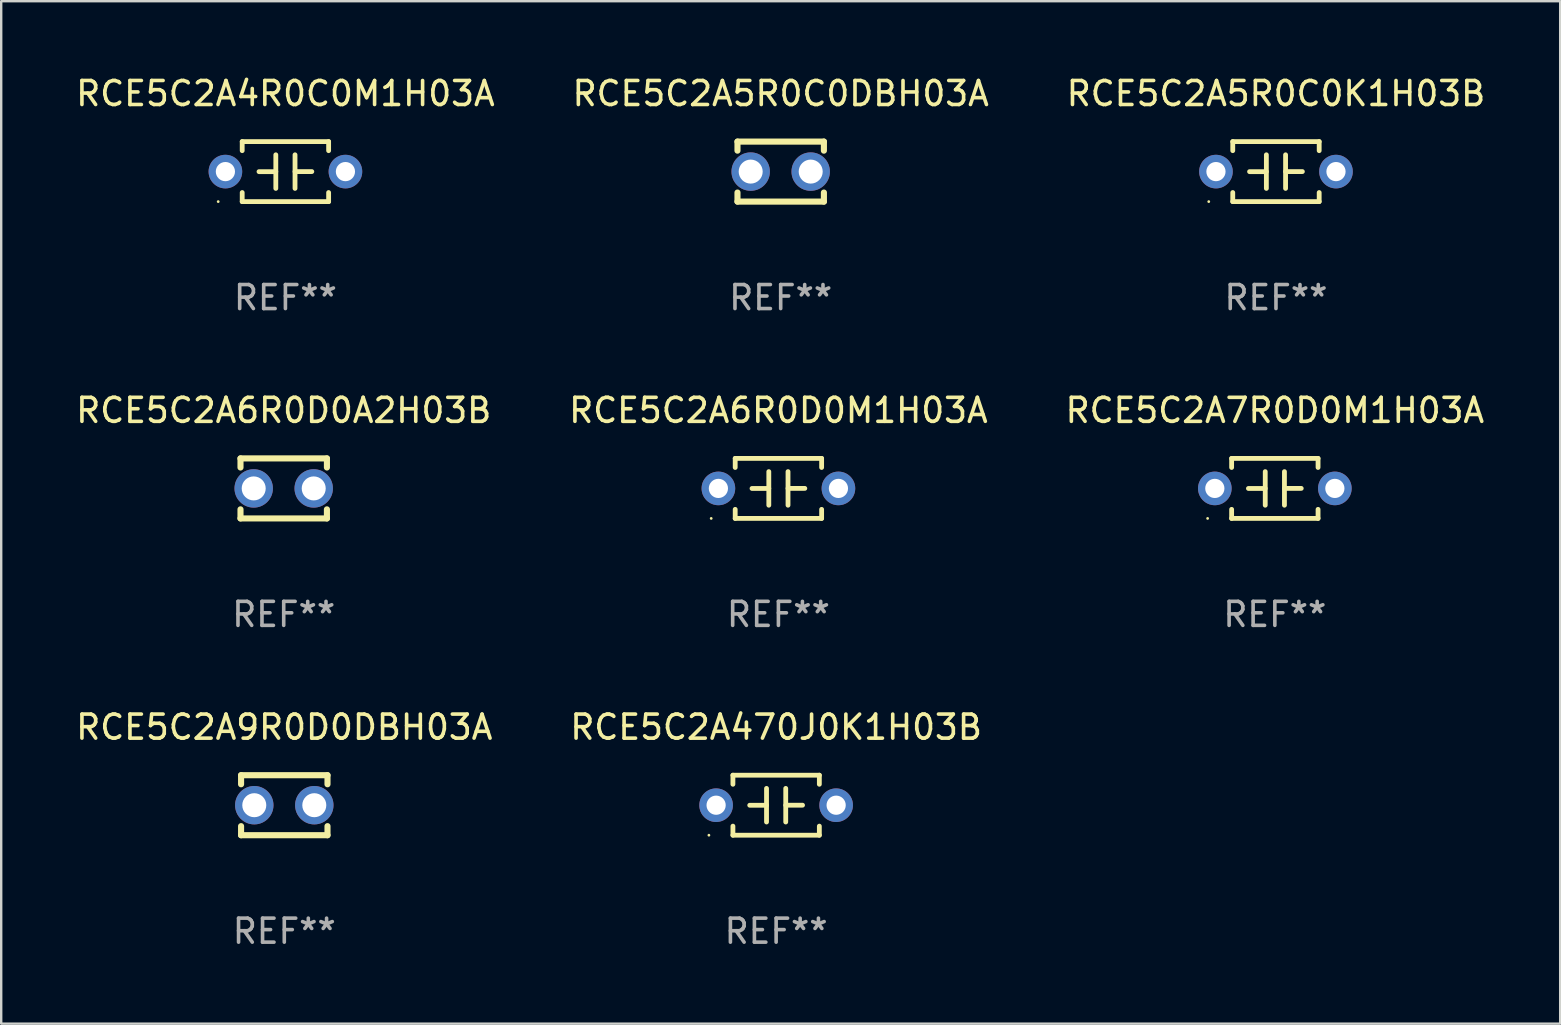
<source format=kicad_pcb>
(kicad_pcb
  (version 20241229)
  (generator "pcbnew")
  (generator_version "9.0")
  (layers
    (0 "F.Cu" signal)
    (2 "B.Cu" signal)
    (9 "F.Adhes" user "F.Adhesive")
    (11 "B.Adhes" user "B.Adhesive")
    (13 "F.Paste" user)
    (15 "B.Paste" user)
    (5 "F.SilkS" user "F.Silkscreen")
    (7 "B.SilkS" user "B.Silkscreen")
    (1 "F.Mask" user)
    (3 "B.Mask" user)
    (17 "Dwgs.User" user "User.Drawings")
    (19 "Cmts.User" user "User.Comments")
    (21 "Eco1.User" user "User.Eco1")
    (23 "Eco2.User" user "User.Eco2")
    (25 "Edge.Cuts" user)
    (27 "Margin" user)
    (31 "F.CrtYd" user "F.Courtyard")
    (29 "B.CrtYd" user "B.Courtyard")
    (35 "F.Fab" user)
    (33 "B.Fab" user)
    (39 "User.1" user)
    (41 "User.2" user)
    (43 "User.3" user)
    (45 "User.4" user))
  (footprint "RCE5C2A4R0C0M1H03A"
    (layer "F.Cu")
    (at 8.839 4.098)
    (property "Reference" "RCE5C2A4R0C0M1H03A" (at 0 -3.25 0) (layer "F.SilkS") (effects (font (size 1 1) (thickness 0.15))))
    (attr through_hole)
    (fp_line (start -1.8 -1.25) (end -1.8 -0.872) (stroke (width 0.2) (type solid)) (layer "F.SilkS"))
    (fp_line (start -1.8 -1.25) (end 1.8 -1.25) (stroke (width 0.2) (type solid)) (layer "F.SilkS"))
    (fp_line (start -1.8 0.872) (end -1.8 1.25) (stroke (width 0.2) (type solid)) (layer "F.SilkS"))
    (fp_line (start -1.8 1.25) (end 1.8 1.25) (stroke (width 0.2) (type solid)) (layer "F.SilkS"))
    (fp_line (start -0.4 -0.7) (end -0.4 0.7) (stroke (width 0.2) (type solid)) (layer "F.SilkS"))
    (fp_line (start -0.4 0.002) (end -1.1 0.002) (stroke (width 0.2) (type solid)) (layer "F.SilkS"))
    (fp_line (start 0.4 -0.001) (end 1.1 -0.001) (stroke (width 0.2) (type solid)) (layer "F.SilkS"))
    (fp_line (start 0.4 0.7) (end 0.4 -0.7) (stroke (width 0.2) (type solid)) (layer "F.SilkS"))
    (fp_line (start 1.8 -1.25) (end 1.8 -0.872) (stroke (width 0.2) (type solid)) (layer "F.SilkS"))
    (fp_line (start 1.8 0.872) (end 1.8 1.25) (stroke (width 0.2) (type solid)) (layer "F.SilkS"))
    (fp_circle (center -2.8 1.25) (end -2.77 1.25) (stroke (width 0.06) (type solid)) (fill no) (layer "F.SilkS"))
    (fp_text user "REF**" (at 0 5.25 0) (layer "F.Fab") (effects (font (size 1 1) (thickness 0.15))))
    (pad "1" thru_hole circle (at -2.5 0) (size 1.4 1.4) (drill 0.8) (layers "*.Cu" "*.Mask"))
    (pad "2" thru_hole circle (at 2.5 0) (size 1.4 1.4) (drill 0.8) (layers "*.Cu" "*.Mask")))
  (footprint "RCE5C2A9R0D0DBH03A"
    (layer "F.Cu")
    (at 8.792 30.491)
    (property "Reference" "RCE5C2A9R0D0DBH03A" (at 0 -3.25 0) (layer "F.SilkS") (effects (font (size 1 1) (thickness 0.15))))
    (attr through_hole)
    (fp_line (start -1.8 -1.25) (end -1.8 -0.872) (stroke (width 0.254) (type solid)) (layer "F.SilkS"))
    (fp_line (start -1.8 -1.25) (end 1.8 -1.25) (stroke (width 0.254) (type solid)) (layer "F.SilkS"))
    (fp_line (start -1.8 0.872) (end -1.8 1.25) (stroke (width 0.254) (type solid)) (layer "F.SilkS"))
    (fp_line (start -1.8 1.25) (end 1.8 1.25) (stroke (width 0.254) (type solid)) (layer "F.SilkS"))
    (fp_line (start 1.8 -1.25) (end 1.8 -0.872) (stroke (width 0.254) (type solid)) (layer "F.SilkS"))
    (fp_line (start 1.8 0.872) (end 1.8 1.25) (stroke (width 0.254) (type solid)) (layer "F.SilkS"))
    (fp_circle (center -1.8 1.25) (end -1.77 1.25) (stroke (width 0.06) (type solid)) (fill no) (layer "F.SilkS"))
    (fp_text user "REF**" (at 0 5.25 0) (layer "F.Fab") (effects (font (size 1 1) (thickness 0.15))))
    (pad "1" thru_hole circle (at -1.25 0) (size 1.6 1.6) (drill 1) (layers "*.Cu" "*.Mask"))
    (pad "2" thru_hole circle (at 1.25 0) (size 1.6 1.6) (drill 1) (layers "*.Cu" "*.Mask")))
  (footprint "RCE5C2A5R0C0K1H03B"
    (layer "F.Cu")
    (at 50.101 4.098)
    (property "Reference" "RCE5C2A5R0C0K1H03B" (at 0 -3.25 0) (layer "F.SilkS") (effects (font (size 1 1) (thickness 0.15))))
    (attr through_hole)
    (fp_line (start -1.8 -1.25) (end -1.8 -0.872) (stroke (width 0.2) (type solid)) (layer "F.SilkS"))
    (fp_line (start -1.8 -1.25) (end 1.8 -1.25) (stroke (width 0.2) (type solid)) (layer "F.SilkS"))
    (fp_line (start -1.8 0.872) (end -1.8 1.25) (stroke (width 0.2) (type solid)) (layer "F.SilkS"))
    (fp_line (start -1.8 1.25) (end 1.8 1.25) (stroke (width 0.2) (type solid)) (layer "F.SilkS"))
    (fp_line (start -0.4 -0.7) (end -0.4 0.7) (stroke (width 0.2) (type solid)) (layer "F.SilkS"))
    (fp_line (start -0.4 0.002) (end -1.1 0.002) (stroke (width 0.2) (type solid)) (layer "F.SilkS"))
    (fp_line (start 0.4 -0.001) (end 1.1 -0.001) (stroke (width 0.2) (type solid)) (layer "F.SilkS"))
    (fp_line (start 0.4 0.7) (end 0.4 -0.7) (stroke (width 0.2) (type solid)) (layer "F.SilkS"))
    (fp_line (start 1.8 -1.25) (end 1.8 -0.872) (stroke (width 0.2) (type solid)) (layer "F.SilkS"))
    (fp_line (start 1.8 0.872) (end 1.8 1.25) (stroke (width 0.2) (type solid)) (layer "F.SilkS"))
    (fp_circle (center -2.8 1.25) (end -2.77 1.25) (stroke (width 0.06) (type solid)) (fill no) (layer "F.SilkS"))
    (fp_text user "REF**" (at 0 5.25 0) (layer "F.Fab") (effects (font (size 1 1) (thickness 0.15))))
    (pad "1" thru_hole circle (at -2.5 0) (size 1.4 1.4) (drill 0.8) (layers "*.Cu" "*.Mask"))
    (pad "2" thru_hole circle (at 2.5 0) (size 1.4 1.4) (drill 0.8) (layers "*.Cu" "*.Mask")))
  (footprint "RCE5C2A7R0D0M1H03A"
    (layer "F.Cu")
    (at 50.054 17.295)
    (property "Reference" "RCE5C2A7R0D0M1H03A" (at 0 -3.25 0) (layer "F.SilkS") (effects (font (size 1 1) (thickness 0.15))))
    (attr through_hole)
    (fp_line (start -1.8 -1.25) (end -1.8 -0.872) (stroke (width 0.2) (type solid)) (layer "F.SilkS"))
    (fp_line (start -1.8 -1.25) (end 1.8 -1.25) (stroke (width 0.2) (type solid)) (layer "F.SilkS"))
    (fp_line (start -1.8 0.872) (end -1.8 1.25) (stroke (width 0.2) (type solid)) (layer "F.SilkS"))
    (fp_line (start -1.8 1.25) (end 1.8 1.25) (stroke (width 0.2) (type solid)) (layer "F.SilkS"))
    (fp_line (start -0.4 -0.7) (end -0.4 0.7) (stroke (width 0.2) (type solid)) (layer "F.SilkS"))
    (fp_line (start -0.4 0.002) (end -1.1 0.002) (stroke (width 0.2) (type solid)) (layer "F.SilkS"))
    (fp_line (start 0.4 -0.001) (end 1.1 -0.001) (stroke (width 0.2) (type solid)) (layer "F.SilkS"))
    (fp_line (start 0.4 0.7) (end 0.4 -0.7) (stroke (width 0.2) (type solid)) (layer "F.SilkS"))
    (fp_line (start 1.8 -1.25) (end 1.8 -0.872) (stroke (width 0.2) (type solid)) (layer "F.SilkS"))
    (fp_line (start 1.8 0.872) (end 1.8 1.25) (stroke (width 0.2) (type solid)) (layer "F.SilkS"))
    (fp_circle (center -2.8 1.25) (end -2.77 1.25) (stroke (width 0.06) (type solid)) (fill no) (layer "F.SilkS"))
    (fp_text user "REF**" (at 0 5.25 0) (layer "F.Fab") (effects (font (size 1 1) (thickness 0.15))))
    (pad "1" thru_hole circle (at -2.5 0) (size 1.4 1.4) (drill 0.8) (layers "*.Cu" "*.Mask"))
    (pad "2" thru_hole circle (at 2.5 0) (size 1.4 1.4) (drill 0.8) (layers "*.Cu" "*.Mask")))
  (footprint "RCE5C2A6R0D0A2H03B"
    (layer "F.Cu")
    (at 8.768 17.295)
    (property "Reference" "RCE5C2A6R0D0A2H03B" (at 0 -3.25 0) (layer "F.SilkS") (effects (font (size 1 1) (thickness 0.15))))
    (attr through_hole)
    (fp_line (start -1.8 -1.25) (end -1.8 -0.872) (stroke (width 0.254) (type solid)) (layer "F.SilkS"))
    (fp_line (start -1.8 -1.25) (end 1.8 -1.25) (stroke (width 0.254) (type solid)) (layer "F.SilkS"))
    (fp_line (start -1.8 0.872) (end -1.8 1.25) (stroke (width 0.254) (type solid)) (layer "F.SilkS"))
    (fp_line (start -1.8 1.25) (end 1.8 1.25) (stroke (width 0.254) (type solid)) (layer "F.SilkS"))
    (fp_line (start 1.8 -1.25) (end 1.8 -0.872) (stroke (width 0.254) (type solid)) (layer "F.SilkS"))
    (fp_line (start 1.8 0.872) (end 1.8 1.25) (stroke (width 0.254) (type solid)) (layer "F.SilkS"))
    (fp_circle (center -1.8 1.25) (end -1.77 1.25) (stroke (width 0.06) (type solid)) (fill no) (layer "F.SilkS"))
    (fp_text user "REF**" (at 0 5.25 0) (layer "F.Fab") (effects (font (size 1 1) (thickness 0.15))))
    (pad "1" thru_hole circle (at -1.25 0) (size 1.6 1.6) (drill 1) (layers "*.Cu" "*.Mask"))
    (pad "2" thru_hole circle (at 1.25 0) (size 1.6 1.6) (drill 1) (layers "*.Cu" "*.Mask")))
  (footprint "RCE5C2A5R0C0DBH03A"
    (layer "F.Cu")
    (at 29.47 4.098)
    (property "Reference" "RCE5C2A5R0C0DBH03A" (at 0 -3.25 0) (layer "F.SilkS") (effects (font (size 1 1) (thickness 0.15))))
    (attr through_hole)
    (fp_line (start -1.8 -1.25) (end -1.8 -0.872) (stroke (width 0.254) (type solid)) (layer "F.SilkS"))
    (fp_line (start -1.8 -1.25) (end 1.8 -1.25) (stroke (width 0.254) (type solid)) (layer "F.SilkS"))
    (fp_line (start -1.8 0.872) (end -1.8 1.25) (stroke (width 0.254) (type solid)) (layer "F.SilkS"))
    (fp_line (start -1.8 1.25) (end 1.8 1.25) (stroke (width 0.254) (type solid)) (layer "F.SilkS"))
    (fp_line (start 1.8 -1.25) (end 1.8 -0.872) (stroke (width 0.254) (type solid)) (layer "F.SilkS"))
    (fp_line (start 1.8 0.872) (end 1.8 1.25) (stroke (width 0.254) (type solid)) (layer "F.SilkS"))
    (fp_circle (center -1.8 1.25) (end -1.77 1.25) (stroke (width 0.06) (type solid)) (fill no) (layer "F.SilkS"))
    (fp_text user "REF**" (at 0 5.25 0) (layer "F.Fab") (effects (font (size 1 1) (thickness 0.15))))
    (pad "1" thru_hole circle (at -1.25 0) (size 1.6 1.6) (drill 1) (layers "*.Cu" "*.Mask"))
    (pad "2" thru_hole circle (at 1.25 0) (size 1.6 1.6) (drill 1) (layers "*.Cu" "*.Mask")))
  (footprint "RCE5C2A470J0K1H03B"
    (layer "F.Cu")
    (at 29.28 30.491)
    (property "Reference" "RCE5C2A470J0K1H03B" (at 0 -3.25 0) (layer "F.SilkS") (effects (font (size 1 1) (thickness 0.15))))
    (attr through_hole)
    (fp_line (start -1.8 -1.25) (end -1.8 -0.872) (stroke (width 0.2) (type solid)) (layer "F.SilkS"))
    (fp_line (start -1.8 -1.25) (end 1.8 -1.25) (stroke (width 0.2) (type solid)) (layer "F.SilkS"))
    (fp_line (start -1.8 0.872) (end -1.8 1.25) (stroke (width 0.2) (type solid)) (layer "F.SilkS"))
    (fp_line (start -1.8 1.25) (end 1.8 1.25) (stroke (width 0.2) (type solid)) (layer "F.SilkS"))
    (fp_line (start -0.4 -0.7) (end -0.4 0.7) (stroke (width 0.2) (type solid)) (layer "F.SilkS"))
    (fp_line (start -0.4 0.002) (end -1.1 0.002) (stroke (width 0.2) (type solid)) (layer "F.SilkS"))
    (fp_line (start 0.4 -0.001) (end 1.1 -0.001) (stroke (width 0.2) (type solid)) (layer "F.SilkS"))
    (fp_line (start 0.4 0.7) (end 0.4 -0.7) (stroke (width 0.2) (type solid)) (layer "F.SilkS"))
    (fp_line (start 1.8 -1.25) (end 1.8 -0.872) (stroke (width 0.2) (type solid)) (layer "F.SilkS"))
    (fp_line (start 1.8 0.872) (end 1.8 1.25) (stroke (width 0.2) (type solid)) (layer "F.SilkS"))
    (fp_circle (center -2.8 1.25) (end -2.77 1.25) (stroke (width 0.06) (type solid)) (fill no) (layer "F.SilkS"))
    (fp_text user "REF**" (at 0 5.25 0) (layer "F.Fab") (effects (font (size 1 1) (thickness 0.15))))
    (pad "1" thru_hole circle (at -2.5 0) (size 1.4 1.4) (drill 0.8) (layers "*.Cu" "*.Mask"))
    (pad "2" thru_hole circle (at 2.5 0) (size 1.4 1.4) (drill 0.8) (layers "*.Cu" "*.Mask")))
  (footprint "RCE5C2A6R0D0M1H03A"
    (layer "F.Cu")
    (at 29.375 17.295)
    (property "Reference" "RCE5C2A6R0D0M1H03A" (at 0 -3.25 0) (layer "F.SilkS") (effects (font (size 1 1) (thickness 0.15))))
    (attr through_hole)
    (fp_line (start -1.8 -1.25) (end -1.8 -0.872) (stroke (width 0.2) (type solid)) (layer "F.SilkS"))
    (fp_line (start -1.8 -1.25) (end 1.8 -1.25) (stroke (width 0.2) (type solid)) (layer "F.SilkS"))
    (fp_line (start -1.8 0.872) (end -1.8 1.25) (stroke (width 0.2) (type solid)) (layer "F.SilkS"))
    (fp_line (start -1.8 1.25) (end 1.8 1.25) (stroke (width 0.2) (type solid)) (layer "F.SilkS"))
    (fp_line (start -0.4 -0.7) (end -0.4 0.7) (stroke (width 0.2) (type solid)) (layer "F.SilkS"))
    (fp_line (start -0.4 0.002) (end -1.1 0.002) (stroke (width 0.2) (type solid)) (layer "F.SilkS"))
    (fp_line (start 0.4 -0.001) (end 1.1 -0.001) (stroke (width 0.2) (type solid)) (layer "F.SilkS"))
    (fp_line (start 0.4 0.7) (end 0.4 -0.7) (stroke (width 0.2) (type solid)) (layer "F.SilkS"))
    (fp_line (start 1.8 -1.25) (end 1.8 -0.872) (stroke (width 0.2) (type solid)) (layer "F.SilkS"))
    (fp_line (start 1.8 0.872) (end 1.8 1.25) (stroke (width 0.2) (type solid)) (layer "F.SilkS"))
    (fp_circle (center -2.8 1.25) (end -2.77 1.25) (stroke (width 0.06) (type solid)) (fill no) (layer "F.SilkS"))
    (fp_text user "REF**" (at 0 5.25 0) (layer "F.Fab") (effects (font (size 1 1) (thickness 0.15))))
    (pad "1" thru_hole circle (at -2.5 0) (size 1.4 1.4) (drill 0.8) (layers "*.Cu" "*.Mask"))
    (pad "2" thru_hole circle (at 2.5 0) (size 1.4 1.4) (drill 0.8) (layers "*.Cu" "*.Mask")))
  (gr_rect
    (start -3 -3)
    (end 61.94 39.59)
    (stroke (width 0.1) (type default))
    (fill no)
    (layer "Edge.Cuts")))
</source>
